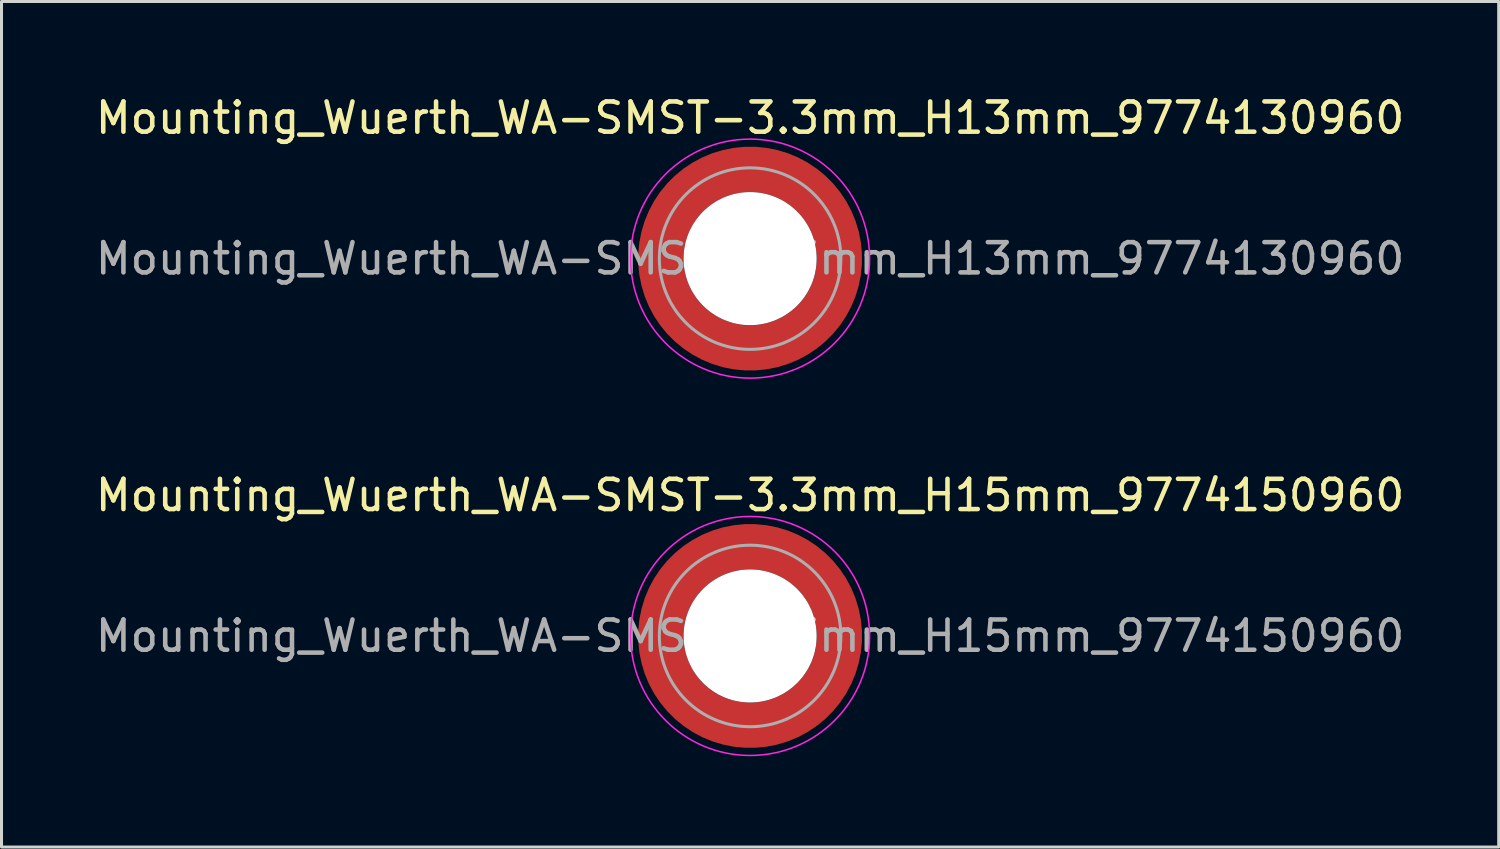
<source format=kicad_pcb>
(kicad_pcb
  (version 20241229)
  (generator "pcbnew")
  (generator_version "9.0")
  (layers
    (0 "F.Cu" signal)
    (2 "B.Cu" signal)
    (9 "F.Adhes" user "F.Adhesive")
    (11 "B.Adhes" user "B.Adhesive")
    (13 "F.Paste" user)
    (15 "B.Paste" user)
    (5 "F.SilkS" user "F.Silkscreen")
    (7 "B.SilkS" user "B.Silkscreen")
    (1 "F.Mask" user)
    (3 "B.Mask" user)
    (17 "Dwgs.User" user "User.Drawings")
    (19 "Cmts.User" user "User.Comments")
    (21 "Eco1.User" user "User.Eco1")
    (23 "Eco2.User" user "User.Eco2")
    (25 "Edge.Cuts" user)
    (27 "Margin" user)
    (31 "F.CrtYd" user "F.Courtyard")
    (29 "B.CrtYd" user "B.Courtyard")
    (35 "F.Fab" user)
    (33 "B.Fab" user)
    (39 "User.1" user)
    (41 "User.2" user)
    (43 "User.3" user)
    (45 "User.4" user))
  (footprint "Mounting_Wuerth_WA-SMST-3.3mm_H15mm_9774150960"
    (layer "F.Cu")
    (at 21.744 17.971)
    (property "Reference" "Mounting_Wuerth_WA-SMST-3.3mm_H15mm_9774150960" (at 0 -4.65 0) (layer "F.SilkS") (effects (font (size 1 1) (thickness 0.15))))
    (attr smd)
    (fp_circle (center 0 0) (end 3.95 0) (stroke (width 0.05) (type solid)) (fill no) (layer "F.CrtYd"))
    (fp_circle (center 0 0) (end 3 0) (stroke (width 0.1) (type solid)) (fill no) (layer "F.Fab"))
    (fp_text user "${REFERENCE}" (at 0 0 0) (layer "F.Fab") (effects (font (size 1 1) (thickness 0.15))))
    (pad "" smd custom (at -2.058 -2.058) (size 0.7 0.7) (layers "F.Paste") (options (anchor circle)) (primitives (gr_arc (start -0.377294 1.707681) (mid 0.317578 0.318817) (end 1.705947 -0.377044) (width 0.2)) (gr_arc (start -0.478281 1.707681) (mid 0.246161 0.248814) (end 1.703965 -0.477765) (width 0.2)) (gr_arc (start -0.579192 1.707681) (mid 0.175492 0.178063) (end 1.704077 -0.578711) (width 0.2)) (gr_arc (start -0.680037 1.707681) (mid 0.105568 0.106564) (end 1.706284 -0.679858) (width 0.2)) (gr_arc (start -0.780822 1.707681) (mid 0.034627 0.036085) (end 1.705634 -0.780569) (width 0.2)) (gr_arc (start -0.881554 1.707681) (mid -0.035694 -0.035016) (end 1.706729 -0.881441) (width 0.2)) (gr_arc (start -0.982237 1.707681) (mid -0.107281 -0.10485) (end 1.704266 -0.981843) (width 0.2)) (gr_arc (start -1.082877 1.707681) (mid -0.178372 -0.175181) (end 1.703197 -1.082374) (width 0.2)) (gr_arc (start -1.183476 1.707681) (mid -0.248964 -0.246008) (end 1.703525 -1.183025) (width 0.2)) (gr_arc (start -1.28404 1.707681) (mid -0.319062 -0.317334) (end 1.70525 -1.283784) (width 0.2)) (gr_line (start 1.708 -0.377) (end 1.708 -1.284) (width 0.2)) (gr_line (start -0.377 1.708) (end -1.284 1.708) (width 0.2))))
    (pad "" smd custom (at -2.058 2.058) (size 0.7 0.7) (layers "F.Paste") (options (anchor circle)) (primitives (gr_arc (start 1.707681 0.377294) (mid 0.318817 -0.317578) (end -0.377044 -1.705947) (width 0.2)) (gr_arc (start 1.707681 0.478281) (mid 0.248814 -0.246161) (end -0.477765 -1.703965) (width 0.2)) (gr_arc (start 1.707681 0.579192) (mid 0.178063 -0.175492) (end -0.578711 -1.704077) (width 0.2)) (gr_arc (start 1.707681 0.680037) (mid 0.106564 -0.105568) (end -0.679858 -1.706284) (width 0.2)) (gr_arc (start 1.707681 0.780822) (mid 0.036085 -0.034626) (end -0.780569 -1.705634) (width 0.2)) (gr_arc (start 1.707681 0.881554) (mid -0.035016 0.035694) (end -0.881441 -1.706729) (width 0.2)) (gr_arc (start 1.707681 0.982237) (mid -0.10485 0.107281) (end -0.981842 -1.704266) (width 0.2)) (gr_arc (start 1.707681 1.082877) (mid -0.175181 0.178372) (end -1.082374 -1.703197) (width 0.2)) (gr_arc (start 1.707681 1.183476) (mid -0.246008 0.248964) (end -1.183025 -1.703525) (width 0.2)) (gr_arc (start 1.707681 1.28404) (mid -0.317334 0.319062) (end -1.283784 -1.70525) (width 0.2)) (gr_line (start -0.377 -1.708) (end -1.284 -1.708) (width 0.2)) (gr_line (start 1.708 0.377) (end 1.708 1.284) (width 0.2))))
    (pad "" np_thru_hole circle (at 0 0) (size 4.4 4.4) (drill 4.4) (layers "*.Cu" "*.Mask"))
    (pad "" smd custom (at 2.058 -2.058) (size 0.7 0.7) (layers "F.Paste") (options (anchor circle)) (primitives (gr_arc (start -1.707681 -0.377294) (mid -0.318817 0.317579) (end 0.377044 1.705947) (width 0.2)) (gr_arc (start -1.707681 -0.478281) (mid -0.248814 0.246161) (end 0.477765 1.703965) (width 0.2)) (gr_arc (start -1.707681 -0.579192) (mid -0.178063 0.175492) (end 0.578711 1.704077) (width 0.2)) (gr_arc (start -1.707681 -0.680037) (mid -0.106564 0.105568) (end 0.679858 1.706284) (width 0.2)) (gr_arc (start -1.707681 -0.780822) (mid -0.036085 0.034627) (end 0.780569 1.705634) (width 0.2)) (gr_arc (start -1.707681 -0.881554) (mid 0.035016 -0.035694) (end 0.881441 1.706729) (width 0.2)) (gr_arc (start -1.707681 -0.982237) (mid 0.10485 -0.107281) (end 0.981843 1.704266) (width 0.2)) (gr_arc (start -1.707681 -1.082877) (mid 0.175181 -0.178372) (end 1.082374 1.703197) (width 0.2)) (gr_arc (start -1.707681 -1.183476) (mid 0.246008 -0.248964) (end 1.183025 1.703525) (width 0.2)) (gr_arc (start -1.707681 -1.28404) (mid 0.317333 -0.319062) (end 1.283784 1.70525) (width 0.2)) (gr_line (start 0.377 1.708) (end 1.284 1.708) (width 0.2)) (gr_line (start -1.708 -0.377) (end -1.708 -1.284) (width 0.2))))
    (pad "" smd custom (at 2.058 2.058) (size 0.7 0.7) (layers "F.Paste") (options (anchor circle)) (primitives (gr_arc (start 0.377294 -1.707681) (mid -0.317579 -0.318817) (end -1.705947 0.377044) (width 0.2)) (gr_arc (start 0.478281 -1.707681) (mid -0.246161 -0.248814) (end -1.703965 0.477765) (width 0.2)) (gr_arc (start 0.579192 -1.707681) (mid -0.175492 -0.178063) (end -1.704077 0.578711) (width 0.2)) (gr_arc (start 0.680037 -1.707681) (mid -0.105568 -0.106564) (end -1.706284 0.679858) (width 0.2)) (gr_arc (start 0.780822 -1.707681) (mid -0.034627 -0.036085) (end -1.705634 0.780569) (width 0.2)) (gr_arc (start 0.881554 -1.707681) (mid 0.035694 0.035016) (end -1.706729 0.881441) (width 0.2)) (gr_arc (start 0.982237 -1.707681) (mid 0.107281 0.10485) (end -1.704266 0.981843) (width 0.2)) (gr_arc (start 1.082877 -1.707681) (mid 0.178372 0.175181) (end -1.703197 1.082374) (width 0.2)) (gr_arc (start 1.183476 -1.707681) (mid 0.248964 0.246008) (end -1.703525 1.183025) (width 0.2)) (gr_arc (start 1.28404 -1.707681) (mid 0.319062 0.317333) (end -1.70525 1.283784) (width 0.2)) (gr_line (start -1.708 0.377) (end -1.708 1.284) (width 0.2)) (gr_line (start 0.377 -1.708) (end 1.284 -1.708) (width 0.2))))
    (pad "1" smd circle (at -2.95 0) (size 1.1 1.1) (layers "F.Cu"))
    (pad "1" smd circle (at 0 -2.95) (size 1.1 1.1) (layers "F.Cu"))
    (pad "1" smd circle (at 0 2.95) (size 1.1 1.1) (layers "F.Cu"))
    (pad "1" smd custom (at 2.95 0) (size 1.1 1.1) (layers "F.Cu" "F.Mask") (options (anchor circle)) (primitives (gr_circle (center -2.95 0) (end 0 0) (width 1.5) (fill no)))))
  (footprint "Mounting_Wuerth_WA-SMST-3.3mm_H13mm_9774130960"
    (layer "F.Cu")
    (at 21.744 5.498)
    (property "Reference" "Mounting_Wuerth_WA-SMST-3.3mm_H13mm_9774130960" (at 0 -4.65 0) (layer "F.SilkS") (effects (font (size 1 1) (thickness 0.15))))
    (attr smd)
    (fp_circle (center 0 0) (end 3.95 0) (stroke (width 0.05) (type solid)) (fill no) (layer "F.CrtYd"))
    (fp_circle (center 0 0) (end 3 0) (stroke (width 0.1) (type solid)) (fill no) (layer "F.Fab"))
    (fp_text user "${REFERENCE}" (at 0 0 0) (layer "F.Fab") (effects (font (size 1 1) (thickness 0.15))))
    (pad "" smd custom (at -2.058 -2.058) (size 0.7 0.7) (layers "F.Paste") (options (anchor circle)) (primitives (gr_arc (start -0.377294 1.707681) (mid 0.317578 0.318817) (end 1.705947 -0.377044) (width 0.2)) (gr_arc (start -0.478281 1.707681) (mid 0.246161 0.248814) (end 1.703965 -0.477765) (width 0.2)) (gr_arc (start -0.579192 1.707681) (mid 0.175492 0.178063) (end 1.704077 -0.578711) (width 0.2)) (gr_arc (start -0.680037 1.707681) (mid 0.105568 0.106564) (end 1.706284 -0.679858) (width 0.2)) (gr_arc (start -0.780822 1.707681) (mid 0.034627 0.036085) (end 1.705634 -0.780569) (width 0.2)) (gr_arc (start -0.881554 1.707681) (mid -0.035694 -0.035016) (end 1.706729 -0.881441) (width 0.2)) (gr_arc (start -0.982237 1.707681) (mid -0.107281 -0.10485) (end 1.704266 -0.981843) (width 0.2)) (gr_arc (start -1.082877 1.707681) (mid -0.178372 -0.175181) (end 1.703197 -1.082374) (width 0.2)) (gr_arc (start -1.183476 1.707681) (mid -0.248964 -0.246008) (end 1.703525 -1.183025) (width 0.2)) (gr_arc (start -1.28404 1.707681) (mid -0.319062 -0.317334) (end 1.70525 -1.283784) (width 0.2)) (gr_line (start 1.708 -0.377) (end 1.708 -1.284) (width 0.2)) (gr_line (start -0.377 1.708) (end -1.284 1.708) (width 0.2))))
    (pad "" smd custom (at -2.058 2.058) (size 0.7 0.7) (layers "F.Paste") (options (anchor circle)) (primitives (gr_arc (start 1.707681 0.377294) (mid 0.318817 -0.317578) (end -0.377044 -1.705947) (width 0.2)) (gr_arc (start 1.707681 0.478281) (mid 0.248814 -0.246161) (end -0.477765 -1.703965) (width 0.2)) (gr_arc (start 1.707681 0.579192) (mid 0.178063 -0.175492) (end -0.578711 -1.704077) (width 0.2)) (gr_arc (start 1.707681 0.680037) (mid 0.106564 -0.105568) (end -0.679858 -1.706284) (width 0.2)) (gr_arc (start 1.707681 0.780822) (mid 0.036085 -0.034626) (end -0.780569 -1.705634) (width 0.2)) (gr_arc (start 1.707681 0.881554) (mid -0.035016 0.035694) (end -0.881441 -1.706729) (width 0.2)) (gr_arc (start 1.707681 0.982237) (mid -0.10485 0.107281) (end -0.981842 -1.704266) (width 0.2)) (gr_arc (start 1.707681 1.082877) (mid -0.175181 0.178372) (end -1.082374 -1.703197) (width 0.2)) (gr_arc (start 1.707681 1.183476) (mid -0.246008 0.248964) (end -1.183025 -1.703525) (width 0.2)) (gr_arc (start 1.707681 1.28404) (mid -0.317334 0.319062) (end -1.283784 -1.70525) (width 0.2)) (gr_line (start -0.377 -1.708) (end -1.284 -1.708) (width 0.2)) (gr_line (start 1.708 0.377) (end 1.708 1.284) (width 0.2))))
    (pad "" np_thru_hole circle (at 0 0) (size 4.4 4.4) (drill 4.4) (layers "*.Cu" "*.Mask"))
    (pad "" smd custom (at 2.058 -2.058) (size 0.7 0.7) (layers "F.Paste") (options (anchor circle)) (primitives (gr_arc (start -1.707681 -0.377294) (mid -0.318817 0.317579) (end 0.377044 1.705947) (width 0.2)) (gr_arc (start -1.707681 -0.478281) (mid -0.248814 0.246161) (end 0.477765 1.703965) (width 0.2)) (gr_arc (start -1.707681 -0.579192) (mid -0.178063 0.175492) (end 0.578711 1.704077) (width 0.2)) (gr_arc (start -1.707681 -0.680037) (mid -0.106564 0.105568) (end 0.679858 1.706284) (width 0.2)) (gr_arc (start -1.707681 -0.780822) (mid -0.036085 0.034627) (end 0.780569 1.705634) (width 0.2)) (gr_arc (start -1.707681 -0.881554) (mid 0.035016 -0.035694) (end 0.881441 1.706729) (width 0.2)) (gr_arc (start -1.707681 -0.982237) (mid 0.10485 -0.107281) (end 0.981843 1.704266) (width 0.2)) (gr_arc (start -1.707681 -1.082877) (mid 0.175181 -0.178372) (end 1.082374 1.703197) (width 0.2)) (gr_arc (start -1.707681 -1.183476) (mid 0.246008 -0.248964) (end 1.183025 1.703525) (width 0.2)) (gr_arc (start -1.707681 -1.28404) (mid 0.317333 -0.319062) (end 1.283784 1.70525) (width 0.2)) (gr_line (start 0.377 1.708) (end 1.284 1.708) (width 0.2)) (gr_line (start -1.708 -0.377) (end -1.708 -1.284) (width 0.2))))
    (pad "" smd custom (at 2.058 2.058) (size 0.7 0.7) (layers "F.Paste") (options (anchor circle)) (primitives (gr_arc (start 0.377294 -1.707681) (mid -0.317579 -0.318817) (end -1.705947 0.377044) (width 0.2)) (gr_arc (start 0.478281 -1.707681) (mid -0.246161 -0.248814) (end -1.703965 0.477765) (width 0.2)) (gr_arc (start 0.579192 -1.707681) (mid -0.175492 -0.178063) (end -1.704077 0.578711) (width 0.2)) (gr_arc (start 0.680037 -1.707681) (mid -0.105568 -0.106564) (end -1.706284 0.679858) (width 0.2)) (gr_arc (start 0.780822 -1.707681) (mid -0.034627 -0.036085) (end -1.705634 0.780569) (width 0.2)) (gr_arc (start 0.881554 -1.707681) (mid 0.035694 0.035016) (end -1.706729 0.881441) (width 0.2)) (gr_arc (start 0.982237 -1.707681) (mid 0.107281 0.10485) (end -1.704266 0.981843) (width 0.2)) (gr_arc (start 1.082877 -1.707681) (mid 0.178372 0.175181) (end -1.703197 1.082374) (width 0.2)) (gr_arc (start 1.183476 -1.707681) (mid 0.248964 0.246008) (end -1.703525 1.183025) (width 0.2)) (gr_arc (start 1.28404 -1.707681) (mid 0.319062 0.317333) (end -1.70525 1.283784) (width 0.2)) (gr_line (start -1.708 0.377) (end -1.708 1.284) (width 0.2)) (gr_line (start 0.377 -1.708) (end 1.284 -1.708) (width 0.2))))
    (pad "1" smd circle (at -2.95 0) (size 1.1 1.1) (layers "F.Cu"))
    (pad "1" smd circle (at 0 -2.95) (size 1.1 1.1) (layers "F.Cu"))
    (pad "1" smd circle (at 0 2.95) (size 1.1 1.1) (layers "F.Cu"))
    (pad "1" smd custom (at 2.95 0) (size 1.1 1.1) (layers "F.Cu" "F.Mask") (options (anchor circle)) (primitives (gr_circle (center -2.95 0) (end 0 0) (width 1.5) (fill no)))))
  (gr_rect
    (start -3 -3)
    (end 46.488 24.947)
    (stroke (width 0.1) (type default))
    (fill no)
    (layer "Edge.Cuts")))
</source>
